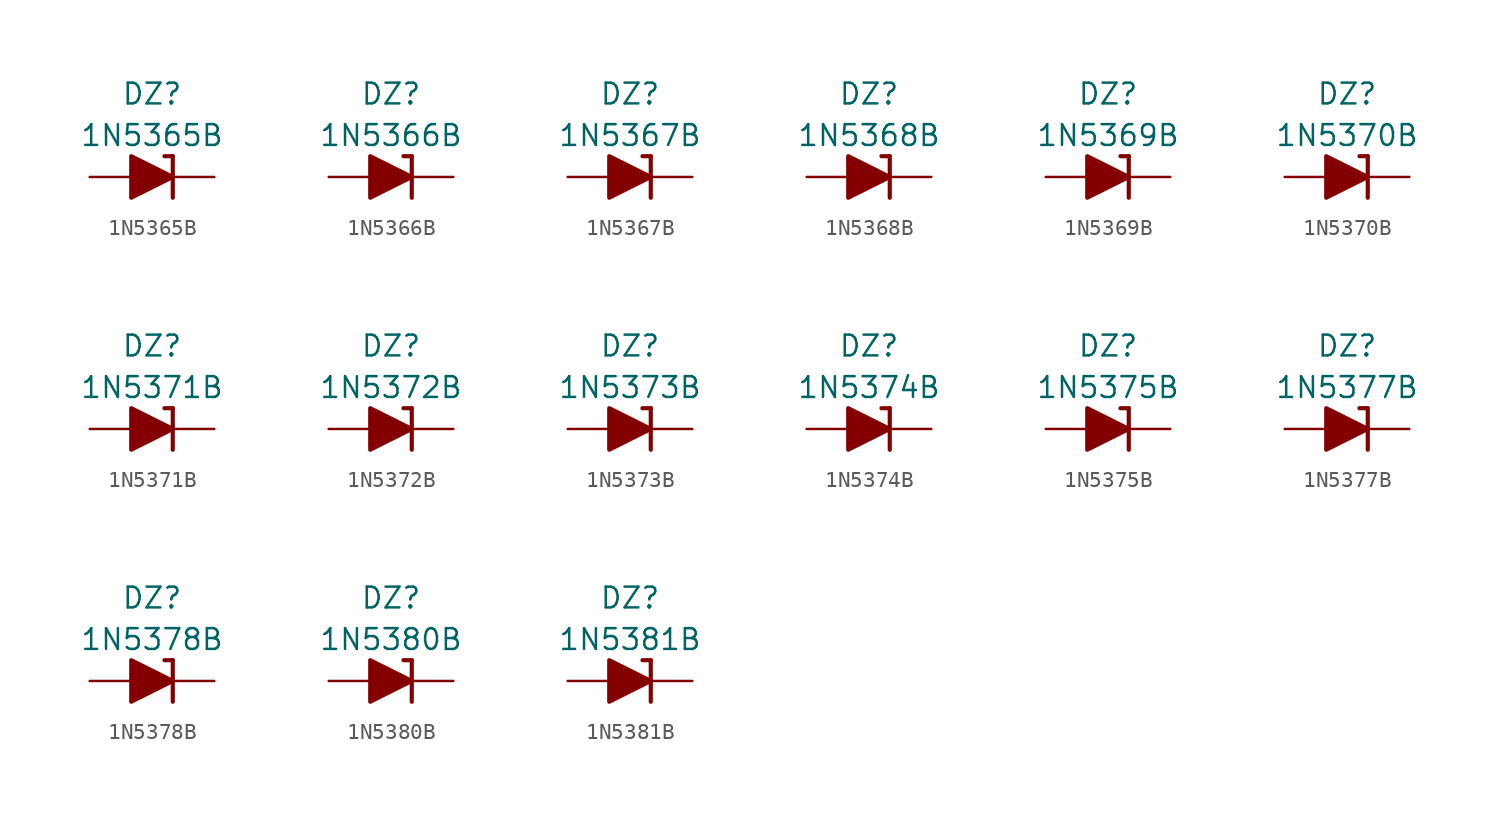
<source format=kicad_sym>
(kicad_symbol_lib
  (version 20211014)
  (generator kicad_symbol_editor)
  (symbol "1N5365B"
    (pin_numbers hide)
    (pin_names
      (offset 1.016) hide)
    (property "Reference" "DZ"
      (at 0 5.08 0)
      (effects (font (size 1.27 1.27))))
    (property "Value" "1N5365B"
      (at 0 2.54 0)
      (effects (font (size 1.27 1.27))))
    (symbol "1N5365B_0_1"
      (polyline (pts (xy -1.27 0) (xy 1.27 0)) (stroke (width 0) (type default) (color 0 0 0 0)) (fill (type none)))
      (polyline (pts (xy 1.27 1.27) (xy 0.762 1.27)) (stroke (width 0.254) (type default) (color 0 0 0 0)) (fill (type none)))
      (polyline (pts (xy 1.27 1.27) (xy 1.27 -1.27)) (stroke (width 0.254) (type default) (color 0 0 0 0)) (fill (type none)))
      (polyline (pts (xy -1.27 -1.27) (xy -1.27 1.27) (xy 1.27 0) (xy -1.27 -1.27)) (stroke (width 0.254) (type default) (color 0 0 0 0)) (fill (type outline))))
    (symbol "1N5365B_1_1"
      (pin passive line (at 3.81 0 180) (length 2.54) (name "K" (effects (font (size 1.27 1.27)))) (number "1" (effects (font (size 1.27 1.27)))))
      (pin passive line (at -3.81 0 0) (length 2.54) (name "A" (effects (font (size 1.27 1.27)))) (number "2" (effects (font (size 1.27 1.27)))))))
  (symbol "1N5366B"
    (pin_numbers hide)
    (pin_names
      (offset 1.016) hide)
    (property "Reference" "DZ"
      (at 0 5.08 0)
      (effects (font (size 1.27 1.27))))
    (property "Value" "1N5366B"
      (at 0 2.54 0)
      (effects (font (size 1.27 1.27))))
    (symbol "1N5366B_0_1"
      (polyline (pts (xy -1.27 0) (xy 1.27 0)) (stroke (width 0) (type default) (color 0 0 0 0)) (fill (type none)))
      (polyline (pts (xy 1.27 1.27) (xy 0.762 1.27)) (stroke (width 0.254) (type default) (color 0 0 0 0)) (fill (type none)))
      (polyline (pts (xy 1.27 1.27) (xy 1.27 -1.27)) (stroke (width 0.254) (type default) (color 0 0 0 0)) (fill (type none)))
      (polyline (pts (xy -1.27 -1.27) (xy -1.27 1.27) (xy 1.27 0) (xy -1.27 -1.27)) (stroke (width 0.254) (type default) (color 0 0 0 0)) (fill (type outline))))
    (symbol "1N5366B_1_1"
      (pin passive line (at 3.81 0 180) (length 2.54) (name "K" (effects (font (size 1.27 1.27)))) (number "1" (effects (font (size 1.27 1.27)))))
      (pin passive line (at -3.81 0 0) (length 2.54) (name "A" (effects (font (size 1.27 1.27)))) (number "2" (effects (font (size 1.27 1.27)))))))
  (symbol "1N5367B"
    (pin_numbers hide)
    (pin_names
      (offset 1.016) hide)
    (property "Reference" "DZ"
      (at 0 5.08 0)
      (effects (font (size 1.27 1.27))))
    (property "Value" "1N5367B"
      (at 0 2.54 0)
      (effects (font (size 1.27 1.27))))
    (symbol "1N5367B_0_1"
      (polyline (pts (xy -1.27 0) (xy 1.27 0)) (stroke (width 0) (type default) (color 0 0 0 0)) (fill (type none)))
      (polyline (pts (xy 1.27 1.27) (xy 0.762 1.27)) (stroke (width 0.254) (type default) (color 0 0 0 0)) (fill (type none)))
      (polyline (pts (xy 1.27 1.27) (xy 1.27 -1.27)) (stroke (width 0.254) (type default) (color 0 0 0 0)) (fill (type none)))
      (polyline (pts (xy -1.27 -1.27) (xy -1.27 1.27) (xy 1.27 0) (xy -1.27 -1.27)) (stroke (width 0.254) (type default) (color 0 0 0 0)) (fill (type outline))))
    (symbol "1N5367B_1_1"
      (pin passive line (at 3.81 0 180) (length 2.54) (name "K" (effects (font (size 1.27 1.27)))) (number "1" (effects (font (size 1.27 1.27)))))
      (pin passive line (at -3.81 0 0) (length 2.54) (name "A" (effects (font (size 1.27 1.27)))) (number "2" (effects (font (size 1.27 1.27)))))))
  (symbol "1N5368B"
    (pin_numbers hide)
    (pin_names
      (offset 1.016) hide)
    (property "Reference" "DZ"
      (at 0 5.08 0)
      (effects (font (size 1.27 1.27))))
    (property "Value" "1N5368B"
      (at 0 2.54 0)
      (effects (font (size 1.27 1.27))))
    (symbol "1N5368B_0_1"
      (polyline (pts (xy -1.27 0) (xy 1.27 0)) (stroke (width 0) (type default) (color 0 0 0 0)) (fill (type none)))
      (polyline (pts (xy 1.27 1.27) (xy 0.762 1.27)) (stroke (width 0.254) (type default) (color 0 0 0 0)) (fill (type none)))
      (polyline (pts (xy 1.27 1.27) (xy 1.27 -1.27)) (stroke (width 0.254) (type default) (color 0 0 0 0)) (fill (type none)))
      (polyline (pts (xy -1.27 -1.27) (xy -1.27 1.27) (xy 1.27 0) (xy -1.27 -1.27)) (stroke (width 0.254) (type default) (color 0 0 0 0)) (fill (type outline))))
    (symbol "1N5368B_1_1"
      (pin passive line (at 3.81 0 180) (length 2.54) (name "K" (effects (font (size 1.27 1.27)))) (number "1" (effects (font (size 1.27 1.27)))))
      (pin passive line (at -3.81 0 0) (length 2.54) (name "A" (effects (font (size 1.27 1.27)))) (number "2" (effects (font (size 1.27 1.27)))))))
  (symbol "1N5369B"
    (pin_numbers hide)
    (pin_names
      (offset 1.016) hide)
    (property "Reference" "DZ"
      (at 0 5.08 0)
      (effects (font (size 1.27 1.27))))
    (property "Value" "1N5369B"
      (at 0 2.54 0)
      (effects (font (size 1.27 1.27))))
    (symbol "1N5369B_0_1"
      (polyline (pts (xy -1.27 0) (xy 1.27 0)) (stroke (width 0) (type default) (color 0 0 0 0)) (fill (type none)))
      (polyline (pts (xy 1.27 1.27) (xy 0.762 1.27)) (stroke (width 0.254) (type default) (color 0 0 0 0)) (fill (type none)))
      (polyline (pts (xy 1.27 1.27) (xy 1.27 -1.27)) (stroke (width 0.254) (type default) (color 0 0 0 0)) (fill (type none)))
      (polyline (pts (xy -1.27 -1.27) (xy -1.27 1.27) (xy 1.27 0) (xy -1.27 -1.27)) (stroke (width 0.254) (type default) (color 0 0 0 0)) (fill (type outline))))
    (symbol "1N5369B_1_1"
      (pin passive line (at 3.81 0 180) (length 2.54) (name "K" (effects (font (size 1.27 1.27)))) (number "1" (effects (font (size 1.27 1.27)))))
      (pin passive line (at -3.81 0 0) (length 2.54) (name "A" (effects (font (size 1.27 1.27)))) (number "2" (effects (font (size 1.27 1.27)))))))
  (symbol "1N5370B"
    (pin_numbers hide)
    (pin_names
      (offset 1.016) hide)
    (property "Reference" "DZ"
      (at 0 5.08 0)
      (effects (font (size 1.27 1.27))))
    (property "Value" "1N5370B"
      (at 0 2.54 0)
      (effects (font (size 1.27 1.27))))
    (symbol "1N5370B_0_1"
      (polyline (pts (xy -1.27 0) (xy 1.27 0)) (stroke (width 0) (type default) (color 0 0 0 0)) (fill (type none)))
      (polyline (pts (xy 1.27 1.27) (xy 0.762 1.27)) (stroke (width 0.254) (type default) (color 0 0 0 0)) (fill (type none)))
      (polyline (pts (xy 1.27 1.27) (xy 1.27 -1.27)) (stroke (width 0.254) (type default) (color 0 0 0 0)) (fill (type none)))
      (polyline (pts (xy -1.27 -1.27) (xy -1.27 1.27) (xy 1.27 0) (xy -1.27 -1.27)) (stroke (width 0.254) (type default) (color 0 0 0 0)) (fill (type outline))))
    (symbol "1N5370B_1_1"
      (pin passive line (at 3.81 0 180) (length 2.54) (name "K" (effects (font (size 1.27 1.27)))) (number "1" (effects (font (size 1.27 1.27)))))
      (pin passive line (at -3.81 0 0) (length 2.54) (name "A" (effects (font (size 1.27 1.27)))) (number "2" (effects (font (size 1.27 1.27)))))))
  (symbol "1N5371B"
    (pin_numbers hide)
    (pin_names
      (offset 1.016) hide)
    (property "Reference" "DZ"
      (at 0 5.08 0)
      (effects (font (size 1.27 1.27))))
    (property "Value" "1N5371B"
      (at 0 2.54 0)
      (effects (font (size 1.27 1.27))))
    (symbol "1N5371B_0_1"
      (polyline (pts (xy -1.27 0) (xy 1.27 0)) (stroke (width 0) (type default) (color 0 0 0 0)) (fill (type none)))
      (polyline (pts (xy 1.27 1.27) (xy 0.762 1.27)) (stroke (width 0.254) (type default) (color 0 0 0 0)) (fill (type none)))
      (polyline (pts (xy 1.27 1.27) (xy 1.27 -1.27)) (stroke (width 0.254) (type default) (color 0 0 0 0)) (fill (type none)))
      (polyline (pts (xy -1.27 -1.27) (xy -1.27 1.27) (xy 1.27 0) (xy -1.27 -1.27)) (stroke (width 0.254) (type default) (color 0 0 0 0)) (fill (type outline))))
    (symbol "1N5371B_1_1"
      (pin passive line (at 3.81 0 180) (length 2.54) (name "K" (effects (font (size 1.27 1.27)))) (number "1" (effects (font (size 1.27 1.27)))))
      (pin passive line (at -3.81 0 0) (length 2.54) (name "A" (effects (font (size 1.27 1.27)))) (number "2" (effects (font (size 1.27 1.27)))))))
  (symbol "1N5372B"
    (pin_numbers hide)
    (pin_names
      (offset 1.016) hide)
    (property "Reference" "DZ"
      (at 0 5.08 0)
      (effects (font (size 1.27 1.27))))
    (property "Value" "1N5372B"
      (at 0 2.54 0)
      (effects (font (size 1.27 1.27))))
    (symbol "1N5372B_0_1"
      (polyline (pts (xy -1.27 0) (xy 1.27 0)) (stroke (width 0) (type default) (color 0 0 0 0)) (fill (type none)))
      (polyline (pts (xy 1.27 1.27) (xy 0.762 1.27)) (stroke (width 0.254) (type default) (color 0 0 0 0)) (fill (type none)))
      (polyline (pts (xy 1.27 1.27) (xy 1.27 -1.27)) (stroke (width 0.254) (type default) (color 0 0 0 0)) (fill (type none)))
      (polyline (pts (xy -1.27 -1.27) (xy -1.27 1.27) (xy 1.27 0) (xy -1.27 -1.27)) (stroke (width 0.254) (type default) (color 0 0 0 0)) (fill (type outline))))
    (symbol "1N5372B_1_1"
      (pin passive line (at 3.81 0 180) (length 2.54) (name "K" (effects (font (size 1.27 1.27)))) (number "1" (effects (font (size 1.27 1.27)))))
      (pin passive line (at -3.81 0 0) (length 2.54) (name "A" (effects (font (size 1.27 1.27)))) (number "2" (effects (font (size 1.27 1.27)))))))
  (symbol "1N5373B"
    (pin_numbers hide)
    (pin_names
      (offset 1.016) hide)
    (property "Reference" "DZ"
      (at 0 5.08 0)
      (effects (font (size 1.27 1.27))))
    (property "Value" "1N5373B"
      (at 0 2.54 0)
      (effects (font (size 1.27 1.27))))
    (symbol "1N5373B_0_1"
      (polyline (pts (xy -1.27 0) (xy 1.27 0)) (stroke (width 0) (type default) (color 0 0 0 0)) (fill (type none)))
      (polyline (pts (xy 1.27 1.27) (xy 0.762 1.27)) (stroke (width 0.254) (type default) (color 0 0 0 0)) (fill (type none)))
      (polyline (pts (xy 1.27 1.27) (xy 1.27 -1.27)) (stroke (width 0.254) (type default) (color 0 0 0 0)) (fill (type none)))
      (polyline (pts (xy -1.27 -1.27) (xy -1.27 1.27) (xy 1.27 0) (xy -1.27 -1.27)) (stroke (width 0.254) (type default) (color 0 0 0 0)) (fill (type outline))))
    (symbol "1N5373B_1_1"
      (pin passive line (at 3.81 0 180) (length 2.54) (name "K" (effects (font (size 1.27 1.27)))) (number "1" (effects (font (size 1.27 1.27)))))
      (pin passive line (at -3.81 0 0) (length 2.54) (name "A" (effects (font (size 1.27 1.27)))) (number "2" (effects (font (size 1.27 1.27)))))))
  (symbol "1N5374B"
    (pin_numbers hide)
    (pin_names
      (offset 1.016) hide)
    (property "Reference" "DZ"
      (at 0 5.08 0)
      (effects (font (size 1.27 1.27))))
    (property "Value" "1N5374B"
      (at 0 2.54 0)
      (effects (font (size 1.27 1.27))))
    (symbol "1N5374B_0_1"
      (polyline (pts (xy -1.27 0) (xy 1.27 0)) (stroke (width 0) (type default) (color 0 0 0 0)) (fill (type none)))
      (polyline (pts (xy 1.27 1.27) (xy 0.762 1.27)) (stroke (width 0.254) (type default) (color 0 0 0 0)) (fill (type none)))
      (polyline (pts (xy 1.27 1.27) (xy 1.27 -1.27)) (stroke (width 0.254) (type default) (color 0 0 0 0)) (fill (type none)))
      (polyline (pts (xy -1.27 -1.27) (xy -1.27 1.27) (xy 1.27 0) (xy -1.27 -1.27)) (stroke (width 0.254) (type default) (color 0 0 0 0)) (fill (type outline))))
    (symbol "1N5374B_1_1"
      (pin passive line (at 3.81 0 180) (length 2.54) (name "K" (effects (font (size 1.27 1.27)))) (number "1" (effects (font (size 1.27 1.27)))))
      (pin passive line (at -3.81 0 0) (length 2.54) (name "A" (effects (font (size 1.27 1.27)))) (number "2" (effects (font (size 1.27 1.27)))))))
  (symbol "1N5375B"
    (pin_numbers hide)
    (pin_names
      (offset 1.016) hide)
    (property "Reference" "DZ"
      (at 0 5.08 0)
      (effects (font (size 1.27 1.27))))
    (property "Value" "1N5375B"
      (at 0 2.54 0)
      (effects (font (size 1.27 1.27))))
    (symbol "1N5375B_0_1"
      (polyline (pts (xy -1.27 0) (xy 1.27 0)) (stroke (width 0) (type default) (color 0 0 0 0)) (fill (type none)))
      (polyline (pts (xy 1.27 1.27) (xy 0.762 1.27)) (stroke (width 0.254) (type default) (color 0 0 0 0)) (fill (type none)))
      (polyline (pts (xy 1.27 1.27) (xy 1.27 -1.27)) (stroke (width 0.254) (type default) (color 0 0 0 0)) (fill (type none)))
      (polyline (pts (xy -1.27 -1.27) (xy -1.27 1.27) (xy 1.27 0) (xy -1.27 -1.27)) (stroke (width 0.254) (type default) (color 0 0 0 0)) (fill (type outline))))
    (symbol "1N5375B_1_1"
      (pin passive line (at 3.81 0 180) (length 2.54) (name "K" (effects (font (size 1.27 1.27)))) (number "1" (effects (font (size 1.27 1.27)))))
      (pin passive line (at -3.81 0 0) (length 2.54) (name "A" (effects (font (size 1.27 1.27)))) (number "2" (effects (font (size 1.27 1.27)))))))
  (symbol "1N5377B"
    (pin_numbers hide)
    (pin_names
      (offset 1.016) hide)
    (property "Reference" "DZ"
      (at 0 5.08 0)
      (effects (font (size 1.27 1.27))))
    (property "Value" "1N5377B"
      (at 0 2.54 0)
      (effects (font (size 1.27 1.27))))
    (symbol "1N5377B_0_1"
      (polyline (pts (xy -1.27 0) (xy 1.27 0)) (stroke (width 0) (type default) (color 0 0 0 0)) (fill (type none)))
      (polyline (pts (xy 1.27 1.27) (xy 0.762 1.27)) (stroke (width 0.254) (type default) (color 0 0 0 0)) (fill (type none)))
      (polyline (pts (xy 1.27 1.27) (xy 1.27 -1.27)) (stroke (width 0.254) (type default) (color 0 0 0 0)) (fill (type none)))
      (polyline (pts (xy -1.27 -1.27) (xy -1.27 1.27) (xy 1.27 0) (xy -1.27 -1.27)) (stroke (width 0.254) (type default) (color 0 0 0 0)) (fill (type outline))))
    (symbol "1N5377B_1_1"
      (pin passive line (at 3.81 0 180) (length 2.54) (name "K" (effects (font (size 1.27 1.27)))) (number "1" (effects (font (size 1.27 1.27)))))
      (pin passive line (at -3.81 0 0) (length 2.54) (name "A" (effects (font (size 1.27 1.27)))) (number "2" (effects (font (size 1.27 1.27)))))))
  (symbol "1N5378B"
    (pin_numbers hide)
    (pin_names
      (offset 1.016) hide)
    (property "Reference" "DZ"
      (at 0 5.08 0)
      (effects (font (size 1.27 1.27))))
    (property "Value" "1N5378B"
      (at 0 2.54 0)
      (effects (font (size 1.27 1.27))))
    (symbol "1N5378B_0_1"
      (polyline (pts (xy -1.27 0) (xy 1.27 0)) (stroke (width 0) (type default) (color 0 0 0 0)) (fill (type none)))
      (polyline (pts (xy 1.27 1.27) (xy 0.762 1.27)) (stroke (width 0.254) (type default) (color 0 0 0 0)) (fill (type none)))
      (polyline (pts (xy 1.27 1.27) (xy 1.27 -1.27)) (stroke (width 0.254) (type default) (color 0 0 0 0)) (fill (type none)))
      (polyline (pts (xy -1.27 -1.27) (xy -1.27 1.27) (xy 1.27 0) (xy -1.27 -1.27)) (stroke (width 0.254) (type default) (color 0 0 0 0)) (fill (type outline))))
    (symbol "1N5378B_1_1"
      (pin passive line (at 3.81 0 180) (length 2.54) (name "K" (effects (font (size 1.27 1.27)))) (number "1" (effects (font (size 1.27 1.27)))))
      (pin passive line (at -3.81 0 0) (length 2.54) (name "A" (effects (font (size 1.27 1.27)))) (number "2" (effects (font (size 1.27 1.27)))))))
  (symbol "1N5380B"
    (pin_numbers hide)
    (pin_names
      (offset 1.016) hide)
    (property "Reference" "DZ"
      (at 0 5.08 0)
      (effects (font (size 1.27 1.27))))
    (property "Value" "1N5380B"
      (at 0 2.54 0)
      (effects (font (size 1.27 1.27))))
    (symbol "1N5380B_0_1"
      (polyline (pts (xy -1.27 0) (xy 1.27 0)) (stroke (width 0) (type default) (color 0 0 0 0)) (fill (type none)))
      (polyline (pts (xy 1.27 1.27) (xy 0.762 1.27)) (stroke (width 0.254) (type default) (color 0 0 0 0)) (fill (type none)))
      (polyline (pts (xy 1.27 1.27) (xy 1.27 -1.27)) (stroke (width 0.254) (type default) (color 0 0 0 0)) (fill (type none)))
      (polyline (pts (xy -1.27 -1.27) (xy -1.27 1.27) (xy 1.27 0) (xy -1.27 -1.27)) (stroke (width 0.254) (type default) (color 0 0 0 0)) (fill (type outline))))
    (symbol "1N5380B_1_1"
      (pin passive line (at 3.81 0 180) (length 2.54) (name "K" (effects (font (size 1.27 1.27)))) (number "1" (effects (font (size 1.27 1.27)))))
      (pin passive line (at -3.81 0 0) (length 2.54) (name "A" (effects (font (size 1.27 1.27)))) (number "2" (effects (font (size 1.27 1.27)))))))
  (symbol "1N5381B"
    (pin_numbers hide)
    (pin_names
      (offset 1.016) hide)
    (property "Reference" "DZ"
      (at 0 5.08 0)
      (effects (font (size 1.27 1.27))))
    (property "Value" "1N5381B"
      (at 0 2.54 0)
      (effects (font (size 1.27 1.27))))
    (symbol "1N5381B_0_1"
      (polyline (pts (xy -1.27 0) (xy 1.27 0)) (stroke (width 0) (type default) (color 0 0 0 0)) (fill (type none)))
      (polyline (pts (xy 1.27 1.27) (xy 0.762 1.27)) (stroke (width 0.254) (type default) (color 0 0 0 0)) (fill (type none)))
      (polyline (pts (xy 1.27 1.27) (xy 1.27 -1.27)) (stroke (width 0.254) (type default) (color 0 0 0 0)) (fill (type none)))
      (polyline (pts (xy -1.27 -1.27) (xy -1.27 1.27) (xy 1.27 0) (xy -1.27 -1.27)) (stroke (width 0.254) (type default) (color 0 0 0 0)) (fill (type outline))))
    (symbol "1N5381B_1_1"
      (pin passive line (at 3.81 0 180) (length 2.54) (name "K" (effects (font (size 1.27 1.27)))) (number "1" (effects (font (size 1.27 1.27)))))
      (pin passive line (at -3.81 0 0) (length 2.54) (name "A" (effects (font (size 1.27 1.27)))) (number "2" (effects (font (size 1.27 1.27))))))))
</source>
